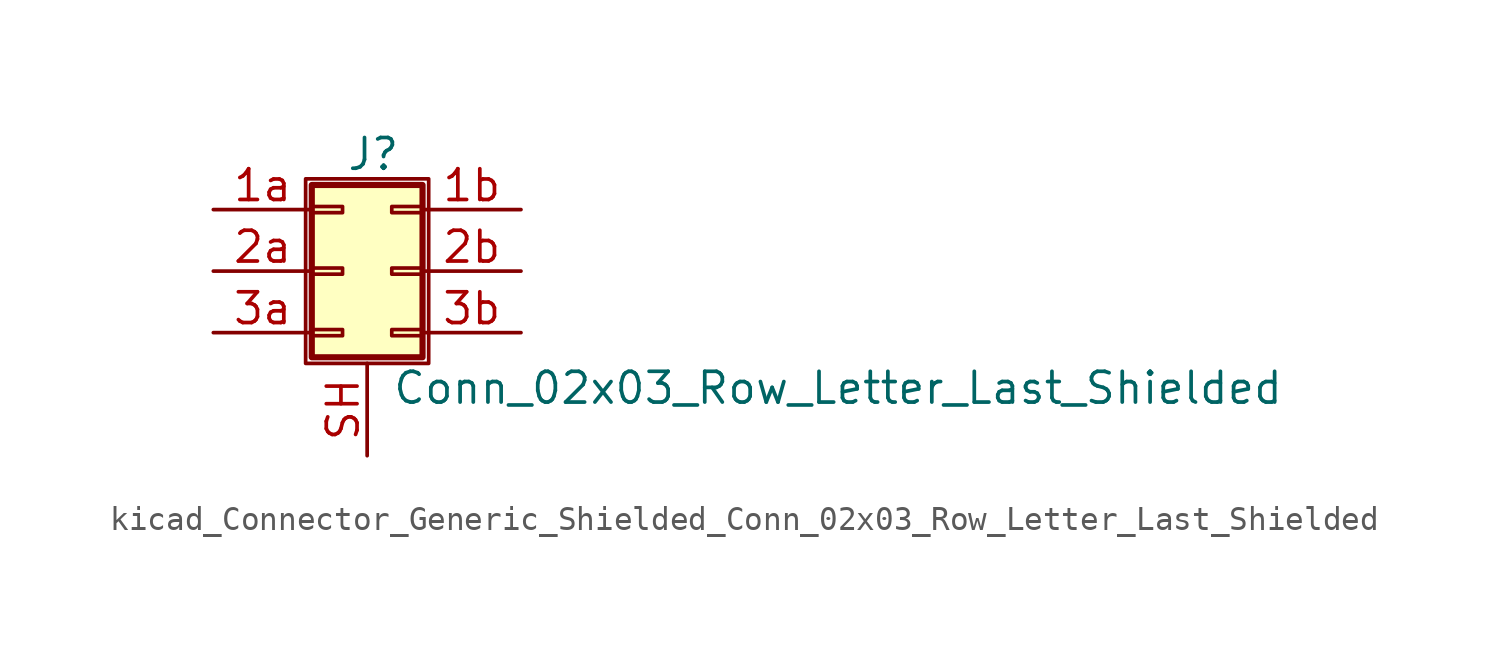
<source format=kicad_sym>
(kicad_symbol_lib
  (version 20220914)
  (generator kicad_symbol_editor)
  (symbol "kicad_Connector_Generic_Shielded_Conn_02x03_Row_Letter_Last_Shielded"
    (pin_names
      (offset 1.016) hide)
    (property "Reference" "J"
      (at 1.524 4.826 0)
      (effects (font (size 1.27 1.27))))
    (property "Value" "Conn_02x03_Row_Letter_Last_Shielded"
      (at 2.286 -4.826 0)
      (effects (font (size 1.27 1.27)) (justify left)))
    (symbol "kicad_Connector_Generic_Shielded_Conn_02x03_Row_Letter_Last_Shielded_1_1"
      (rectangle (start -1.27 3.81) (end 3.81 -3.81) (stroke (width 0.152) (type default)) (fill (type none)))
      (rectangle (start -1.016 -2.413) (end 0.254 -2.667) (stroke (width 0.152) (type default)) (fill (type none)))
      (rectangle (start -1.016 0.127) (end 0.254 -0.127) (stroke (width 0.152) (type default)) (fill (type none)))
      (rectangle (start -1.016 2.667) (end 0.254 2.413) (stroke (width 0.152) (type default)) (fill (type none)))
      (rectangle (start -1.016 3.556) (end 3.556 -3.556) (stroke (width 0.254) (type default)) (fill (type background)))
      (rectangle (start 3.556 -2.413) (end 2.286 -2.667) (stroke (width 0.152) (type default)) (fill (type none)))
      (rectangle (start 3.556 0.127) (end 2.286 -0.127) (stroke (width 0.152) (type default)) (fill (type none)))
      (rectangle (start 3.556 2.667) (end 2.286 2.413) (stroke (width 0.152) (type default)) (fill (type none)))
      (pin passive line (at -5.08 2.54 0) (length 4.064) (name "Pin_1a" (effects (font (size 1.27 1.27)))) (number "1a" (effects (font (size 1.27 1.27)))))
      (pin passive line (at 7.62 2.54 180) (length 4.064) (name "Pin_1b" (effects (font (size 1.27 1.27)))) (number "1b" (effects (font (size 1.27 1.27)))))
      (pin passive line (at -5.08 0 0) (length 4.064) (name "Pin_2a" (effects (font (size 1.27 1.27)))) (number "2a" (effects (font (size 1.27 1.27)))))
      (pin passive line (at 7.62 0 180) (length 4.064) (name "Pin_2b" (effects (font (size 1.27 1.27)))) (number "2b" (effects (font (size 1.27 1.27)))))
      (pin passive line (at -5.08 -2.54 0) (length 4.064) (name "Pin_3a" (effects (font (size 1.27 1.27)))) (number "3a" (effects (font (size 1.27 1.27)))))
      (pin passive line (at 7.62 -2.54 180) (length 4.064) (name "Pin_3b" (effects (font (size 1.27 1.27)))) (number "3b" (effects (font (size 1.27 1.27)))))
      (pin passive line (at 1.27 -7.62 90) (length 3.81) (name "Shield" (effects (font (size 1.27 1.27)))) (number "SH" (effects (font (size 1.27 1.27))))))))
</source>
